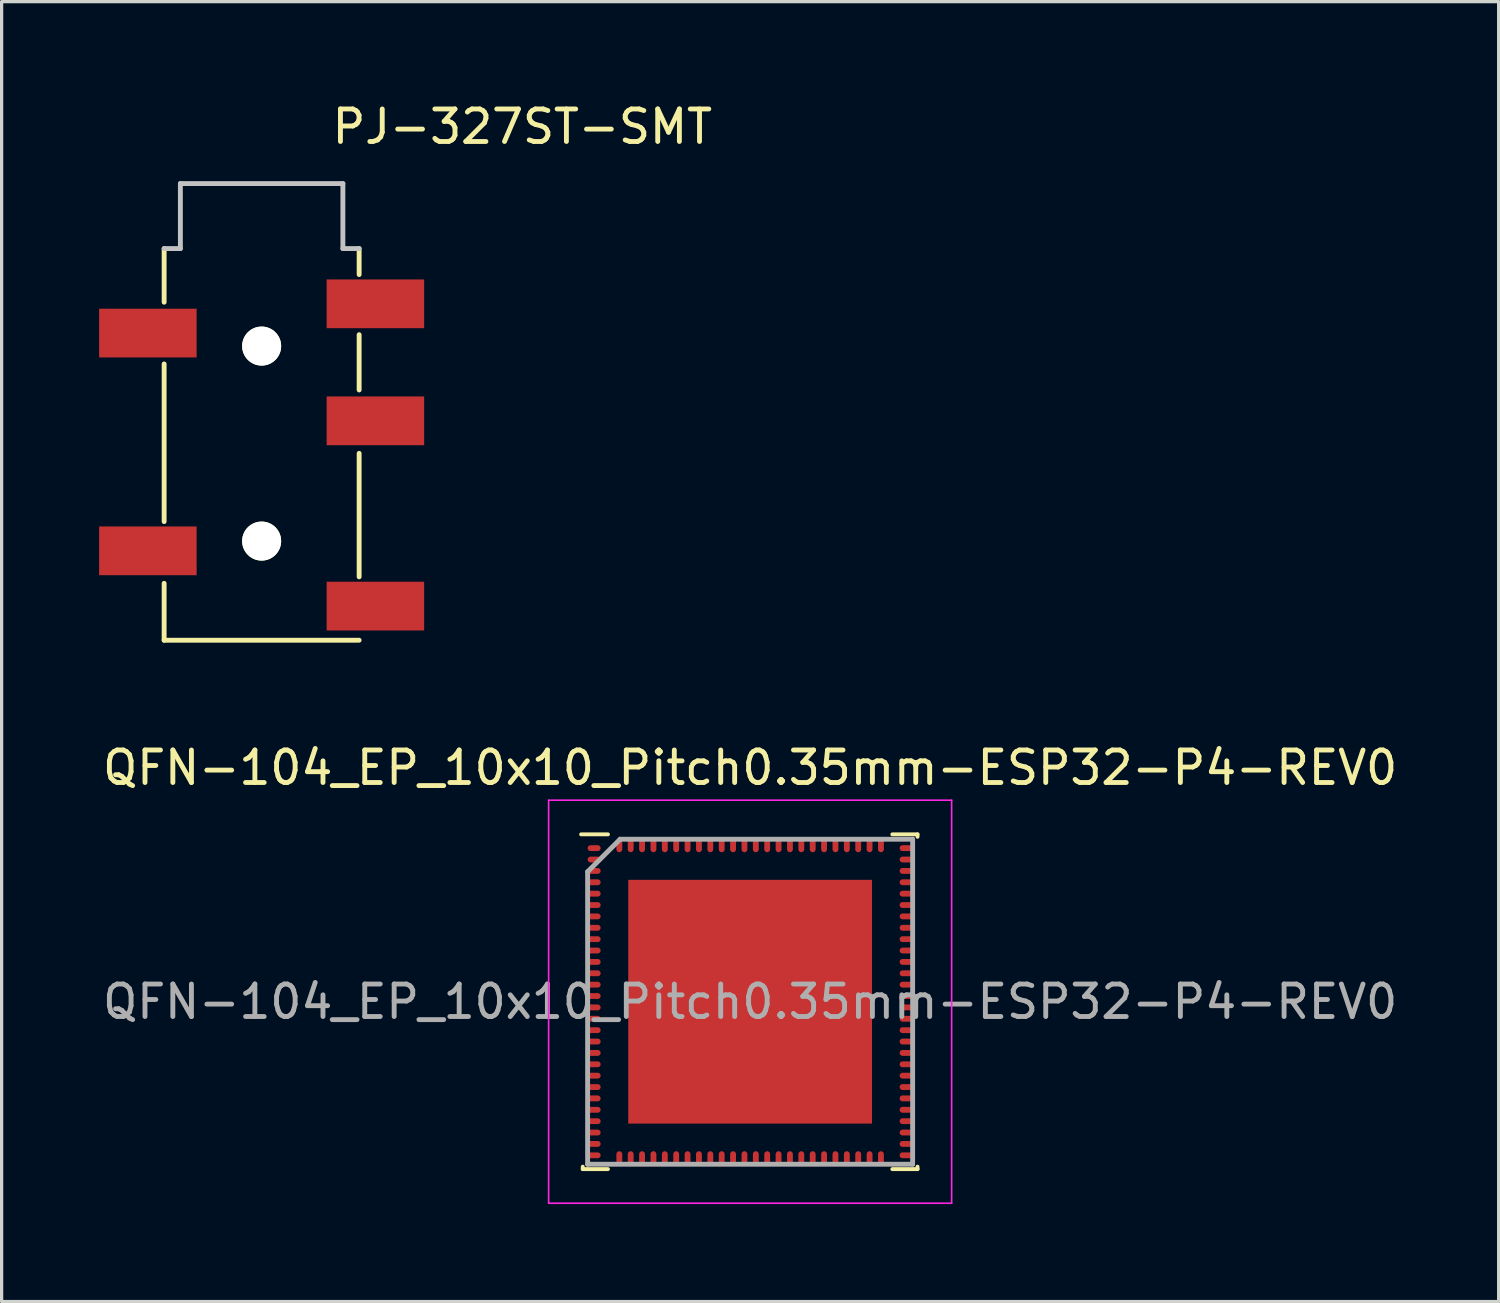
<source format=kicad_pcb>
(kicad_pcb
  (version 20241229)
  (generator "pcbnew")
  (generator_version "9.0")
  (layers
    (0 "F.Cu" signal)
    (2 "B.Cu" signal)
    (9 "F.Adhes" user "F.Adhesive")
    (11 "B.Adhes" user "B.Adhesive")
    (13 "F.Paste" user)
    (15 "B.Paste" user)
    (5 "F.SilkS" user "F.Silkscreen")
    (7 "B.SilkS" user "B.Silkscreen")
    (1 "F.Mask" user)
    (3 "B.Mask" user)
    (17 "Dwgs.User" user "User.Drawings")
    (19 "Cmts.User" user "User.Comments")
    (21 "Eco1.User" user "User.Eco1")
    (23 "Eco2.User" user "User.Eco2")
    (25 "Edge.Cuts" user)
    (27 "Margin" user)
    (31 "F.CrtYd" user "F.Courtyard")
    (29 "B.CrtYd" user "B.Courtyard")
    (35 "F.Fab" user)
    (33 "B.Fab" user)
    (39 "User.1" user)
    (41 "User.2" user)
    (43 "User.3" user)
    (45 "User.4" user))
  (footprint "PJ-327ST-SMT"
    (layer "F.Cu")
    (at 5 4.598)
    (property "Reference" "PJ-327ST-SMT" (at 8.02 -3.75 0) (layer "F.SilkS") (effects (font (size 1 1) (thickness 0.15))))
    (attr through_hole)
    (fp_line (start -3 0) (end -3 1.65) (stroke (width 0.15) (type solid)) (layer "F.SilkS"))
    (fp_line (start -3 3.55) (end -3 8.4) (stroke (width 0.15) (type solid)) (layer "F.SilkS"))
    (fp_line (start -3 10.3) (end -3 12.05) (stroke (width 0.15) (type solid)) (layer "F.SilkS"))
    (fp_line (start -3 12.05) (end 3 12.05) (stroke (width 0.15) (type solid)) (layer "F.SilkS"))
    (fp_line (start 3 0.8) (end 3 0) (stroke (width 0.15) (type solid)) (layer "F.SilkS"))
    (fp_line (start 3 2.65) (end 3 4.35) (stroke (width 0.15) (type solid)) (layer "F.SilkS"))
    (fp_line (start 3 6.3) (end 3 10.1) (stroke (width 0.15) (type solid)) (layer "F.SilkS"))
    (fp_line (start -2.5 -2) (end -2.5 0) (stroke (width 0.15) (type solid)) (layer "Dwgs.User"))
    (fp_line (start -2.5 0) (end -3 0) (stroke (width 0.15) (type solid)) (layer "Dwgs.User"))
    (fp_line (start 2.5 -2) (end -2.5 -2) (stroke (width 0.15) (type solid)) (layer "Dwgs.User"))
    (fp_line (start 2.5 0) (end 2.5 -2) (stroke (width 0.15) (type solid)) (layer "Dwgs.User"))
    (fp_line (start 3 0) (end 2.5 0) (stroke (width 0.15) (type solid)) (layer "Dwgs.User"))
    (pad "" np_thru_hole circle (at 0 3) (size 1.2 1.2) (drill 1.2) (layers "*.Cu" "*.Mask" "F.SilkS"))
    (pad "" np_thru_hole circle (at 0 9) (size 1.2 1.2) (drill 1.2) (layers "*.Cu" "*.Mask" "F.SilkS"))
    (pad "2" smd rect (at -3.5 9.3) (size 3 1.5) (layers "F.Cu" "F.Mask" "F.Paste"))
    (pad "3" smd rect (at -3.5 2.6) (size 3 1.5) (layers "F.Cu" "F.Mask" "F.Paste"))
    (pad "4" smd rect (at 3.5 1.7) (size 3 1.5) (layers "F.Cu" "F.Mask" "F.Paste"))
    (pad "5" smd rect (at 3.5 5.3) (size 3 1.5) (layers "F.Cu" "F.Mask" "F.Paste"))
    (pad "6" smd rect (at 3.5 11) (size 3 1.5) (layers "F.Cu" "F.Mask" "F.Paste")))
  (footprint "QFN-104_EP_10x10_Pitch0.35mm-ESP32-P4-REV0"
    (layer "F.Cu")
    (at 20.03 27.771)
    (property "Reference" "QFN-104_EP_10x10_Pitch0.35mm-ESP32-P4-REV0" (at 0 -7.2 0) (unlocked yes) (layer "F.SilkS") (effects (font (size 1 1) (thickness 0.15))))
    (attr smd)
    (fp_line (start -5.15 5.15) (end -5.15 5.075) (stroke (width 0.12) (type default)) (layer "F.SilkS"))
    (fp_line (start -4.375 -5.15) (end -5.2 -5.15) (stroke (width 0.12) (type default)) (layer "F.SilkS"))
    (fp_line (start -4.375 5.15) (end -5.15 5.15) (stroke (width 0.12) (type default)) (layer "F.SilkS"))
    (fp_line (start 4.375 -5.15) (end 5.15 -5.15) (stroke (width 0.12) (type default)) (layer "F.SilkS"))
    (fp_line (start 4.375 5.15) (end 5.15 5.15) (stroke (width 0.12) (type default)) (layer "F.SilkS"))
    (fp_line (start 5.15 -5.15) (end 5.15 -5.075) (stroke (width 0.12) (type default)) (layer "F.SilkS"))
    (fp_line (start 5.15 5.15) (end 5.15 5.075) (stroke (width 0.12) (type default)) (layer "F.SilkS"))
    (fp_line (start -6.2 -6.2) (end 6.2 -6.2) (stroke (width 0.05) (type default)) (layer "F.CrtYd"))
    (fp_line (start -6.2 6.2) (end -6.2 -6.2) (stroke (width 0.05) (type default)) (layer "F.CrtYd"))
    (fp_line (start 6.2 -6.2) (end 6.2 6.2) (stroke (width 0.05) (type default)) (layer "F.CrtYd"))
    (fp_line (start 6.2 6.2) (end -6.2 6.2) (stroke (width 0.05) (type default)) (layer "F.CrtYd"))
    (fp_line (start -5 -4) (end -5 5) (stroke (width 0.15) (type default)) (layer "F.Fab"))
    (fp_line (start -5 5) (end 5 5) (stroke (width 0.15) (type default)) (layer "F.Fab"))
    (fp_line (start -4 -5) (end -5 -4) (stroke (width 0.15) (type default)) (layer "F.Fab"))
    (fp_line (start 5 -5) (end -4 -5) (stroke (width 0.15) (type default)) (layer "F.Fab"))
    (fp_line (start 5 5) (end 5 -5) (stroke (width 0.15) (type default)) (layer "F.Fab"))
    (fp_text user "${REFERENCE}" (at 0 0 0) (layer "F.Fab") (effects (font (size 1 1) (thickness 0.15))))
    (pad "" smd rect (at -2.812 -2.812) (size 1.125 1.125) (layers "F.Paste"))
    (pad "" smd rect (at -2.812 -0.938) (size 1.125 1.125) (layers "F.Paste"))
    (pad "" smd rect (at -2.812 0.938) (size 1.125 1.125) (layers "F.Paste"))
    (pad "" smd rect (at -2.812 2.812) (size 1.125 1.125) (layers "F.Paste"))
    (pad "" smd rect (at -0.938 -2.812) (size 1.125 1.125) (layers "F.Paste"))
    (pad "" smd rect (at -0.938 -0.938) (size 1.125 1.125) (layers "F.Paste"))
    (pad "" smd rect (at -0.938 0.938) (size 1.125 1.125) (layers "F.Paste"))
    (pad "" smd rect (at -0.938 2.812) (size 1.125 1.125) (layers "F.Paste"))
    (pad "" smd rect (at 0.938 -2.812) (size 1.125 1.125) (layers "F.Paste"))
    (pad "" smd rect (at 0.938 -0.938) (size 1.125 1.125) (layers "F.Paste"))
    (pad "" smd rect (at 0.938 0.938) (size 1.125 1.125) (layers "F.Paste"))
    (pad "" smd rect (at 0.938 2.812) (size 1.125 1.125) (layers "F.Paste"))
    (pad "" smd rect (at 2.812 -2.812) (size 1.125 1.125) (layers "F.Paste"))
    (pad "" smd rect (at 2.812 -0.938) (size 1.125 1.125) (layers "F.Paste"))
    (pad "" smd rect (at 2.812 0.938) (size 1.125 1.125) (layers "F.Paste"))
    (pad "" smd rect (at 2.812 2.812) (size 1.125 1.125) (layers "F.Paste"))
    (pad "1" smd oval (at -4.8 -4.725 90) (size 0.18 0.4) (layers "F.Cu" "F.Mask" "F.Paste"))
    (pad "2" smd oval (at -4.8 -4.375 90) (size 0.18 0.4) (layers "F.Cu" "F.Mask" "F.Paste"))
    (pad "3" smd oval (at -4.8 -4.025 90) (size 0.18 0.4) (layers "F.Cu" "F.Mask" "F.Paste"))
    (pad "4" smd oval (at -4.8 -3.675 90) (size 0.18 0.4) (layers "F.Cu" "F.Mask" "F.Paste"))
    (pad "5" smd oval (at -4.8 -3.325 90) (size 0.18 0.4) (layers "F.Cu" "F.Mask" "F.Paste"))
    (pad "6" smd oval (at -4.8 -2.975 90) (size 0.18 0.4) (layers "F.Cu" "F.Mask" "F.Paste"))
    (pad "7" smd oval (at -4.8 -2.625 90) (size 0.18 0.4) (layers "F.Cu" "F.Mask" "F.Paste"))
    (pad "8" smd oval (at -4.8 -2.275 90) (size 0.18 0.4) (layers "F.Cu" "F.Mask" "F.Paste"))
    (pad "9" smd oval (at -4.8 -1.925 90) (size 0.18 0.4) (layers "F.Cu" "F.Mask" "F.Paste"))
    (pad "10" smd oval (at -4.8 -1.575 90) (size 0.18 0.4) (layers "F.Cu" "F.Mask" "F.Paste"))
    (pad "11" smd oval (at -4.8 -1.225 90) (size 0.18 0.4) (layers "F.Cu" "F.Mask" "F.Paste"))
    (pad "12" smd oval (at -4.8 -0.875 90) (size 0.18 0.4) (layers "F.Cu" "F.Mask" "F.Paste"))
    (pad "13" smd oval (at -4.8 -0.525 90) (size 0.18 0.4) (layers "F.Cu" "F.Mask" "F.Paste"))
    (pad "14" smd oval (at -4.8 -0.175 90) (size 0.18 0.4) (layers "F.Cu" "F.Mask" "F.Paste"))
    (pad "15" smd oval (at -4.8 0.175 90) (size 0.18 0.4) (layers "F.Cu" "F.Mask" "F.Paste"))
    (pad "16" smd oval (at -4.8 0.525 90) (size 0.18 0.4) (layers "F.Cu" "F.Mask" "F.Paste"))
    (pad "17" smd oval (at -4.8 0.875 90) (size 0.18 0.4) (layers "F.Cu" "F.Mask" "F.Paste"))
    (pad "18" smd oval (at -4.8 1.225 90) (size 0.18 0.4) (layers "F.Cu" "F.Mask" "F.Paste"))
    (pad "19" smd oval (at -4.8 1.575 90) (size 0.18 0.4) (layers "F.Cu" "F.Mask" "F.Paste"))
    (pad "20" smd oval (at -4.8 1.925 90) (size 0.18 0.4) (layers "F.Cu" "F.Mask" "F.Paste"))
    (pad "21" smd oval (at -4.8 2.275 90) (size 0.18 0.4) (layers "F.Cu" "F.Mask" "F.Paste"))
    (pad "22" smd oval (at -4.8 2.625 90) (size 0.18 0.4) (layers "F.Cu" "F.Mask" "F.Paste"))
    (pad "23" smd oval (at -4.8 2.975 90) (size 0.18 0.4) (layers "F.Cu" "F.Mask" "F.Paste"))
    (pad "24" smd oval (at -4.8 3.325 90) (size 0.18 0.4) (layers "F.Cu" "F.Mask" "F.Paste"))
    (pad "25" smd oval (at -4.8 3.675 90) (size 0.18 0.4) (layers "F.Cu" "F.Mask" "F.Paste"))
    (pad "26" smd oval (at -4.8 4.025 90) (size 0.18 0.4) (layers "F.Cu" "F.Mask" "F.Paste"))
    (pad "27" smd oval (at -4.8 4.375 90) (size 0.18 0.4) (layers "F.Cu" "F.Mask" "F.Paste"))
    (pad "28" smd oval (at -4.8 4.725 90) (size 0.18 0.4) (layers "F.Cu" "F.Mask" "F.Paste"))
    (pad "29" smd oval (at -4.025 4.8) (size 0.18 0.4) (layers "F.Cu" "F.Mask" "F.Paste"))
    (pad "30" smd oval (at -3.675 4.8) (size 0.18 0.4) (layers "F.Cu" "F.Mask" "F.Paste"))
    (pad "31" smd oval (at -3.325 4.8) (size 0.18 0.4) (layers "F.Cu" "F.Mask" "F.Paste"))
    (pad "32" smd oval (at -2.975 4.8) (size 0.18 0.4) (layers "F.Cu" "F.Mask" "F.Paste"))
    (pad "33" smd oval (at -2.625 4.8) (size 0.18 0.4) (layers "F.Cu" "F.Mask" "F.Paste"))
    (pad "34" smd oval (at -2.275 4.8) (size 0.18 0.4) (layers "F.Cu" "F.Mask" "F.Paste"))
    (pad "35" smd oval (at -1.925 4.8) (size 0.18 0.4) (layers "F.Cu" "F.Mask" "F.Paste"))
    (pad "36" smd oval (at -1.575 4.8) (size 0.18 0.4) (layers "F.Cu" "F.Mask" "F.Paste"))
    (pad "37" smd oval (at -1.225 4.8) (size 0.18 0.4) (layers "F.Cu" "F.Mask" "F.Paste"))
    (pad "38" smd oval (at -0.875 4.8) (size 0.18 0.4) (layers "F.Cu" "F.Mask" "F.Paste"))
    (pad "39" smd oval (at -0.525 4.8) (size 0.18 0.4) (layers "F.Cu" "F.Mask" "F.Paste"))
    (pad "40" smd oval (at -0.175 4.8) (size 0.18 0.4) (layers "F.Cu" "F.Mask" "F.Paste"))
    (pad "41" smd oval (at 0.175 4.8) (size 0.18 0.4) (layers "F.Cu" "F.Mask" "F.Paste"))
    (pad "42" smd oval (at 0.525 4.8) (size 0.18 0.4) (layers "F.Cu" "F.Mask" "F.Paste"))
    (pad "43" smd oval (at 0.875 4.8) (size 0.18 0.4) (layers "F.Cu" "F.Mask" "F.Paste"))
    (pad "44" smd oval (at 1.225 4.8) (size 0.18 0.4) (layers "F.Cu" "F.Mask" "F.Paste"))
    (pad "45" smd oval (at 1.575 4.8) (size 0.18 0.4) (layers "F.Cu" "F.Mask" "F.Paste"))
    (pad "46" smd oval (at 1.925 4.8) (size 0.18 0.4) (layers "F.Cu" "F.Mask" "F.Paste"))
    (pad "47" smd oval (at 2.275 4.8) (size 0.18 0.4) (layers "F.Cu" "F.Mask" "F.Paste"))
    (pad "48" smd oval (at 2.625 4.8) (size 0.18 0.4) (layers "F.Cu" "F.Mask" "F.Paste"))
    (pad "49" smd oval (at 2.975 4.8) (size 0.18 0.4) (layers "F.Cu" "F.Mask" "F.Paste"))
    (pad "50" smd oval (at 3.325 4.8) (size 0.18 0.4) (layers "F.Cu" "F.Mask" "F.Paste"))
    (pad "51" smd oval (at 3.675 4.8) (size 0.18 0.4) (layers "F.Cu" "F.Mask" "F.Paste"))
    (pad "52" smd oval (at 4.025 4.8) (size 0.18 0.4) (layers "F.Cu" "F.Mask" "F.Paste"))
    (pad "53" smd oval (at 4.8 4.725 90) (size 0.18 0.4) (layers "F.Cu" "F.Mask" "F.Paste"))
    (pad "54" smd oval (at 4.8 4.375 90) (size 0.18 0.4) (layers "F.Cu" "F.Mask" "F.Paste"))
    (pad "55" smd oval (at 4.8 4.025 90) (size 0.18 0.4) (layers "F.Cu" "F.Mask" "F.Paste"))
    (pad "56" smd oval (at 4.8 3.675 90) (size 0.18 0.4) (layers "F.Cu" "F.Mask" "F.Paste"))
    (pad "57" smd oval (at 4.8 3.325 90) (size 0.18 0.4) (layers "F.Cu" "F.Mask" "F.Paste"))
    (pad "58" smd oval (at 4.8 2.975 90) (size 0.18 0.4) (layers "F.Cu" "F.Mask" "F.Paste"))
    (pad "59" smd oval (at 4.8 2.625 90) (size 0.18 0.4) (layers "F.Cu" "F.Mask" "F.Paste"))
    (pad "60" smd oval (at 4.8 2.275 90) (size 0.18 0.4) (layers "F.Cu" "F.Mask" "F.Paste"))
    (pad "61" smd oval (at 4.8 1.925 90) (size 0.18 0.4) (layers "F.Cu" "F.Mask" "F.Paste"))
    (pad "62" smd oval (at 4.8 1.575 90) (size 0.18 0.4) (layers "F.Cu" "F.Mask" "F.Paste"))
    (pad "63" smd oval (at 4.8 1.225 90) (size 0.18 0.4) (layers "F.Cu" "F.Mask" "F.Paste"))
    (pad "64" smd oval (at 4.8 0.875 90) (size 0.18 0.4) (layers "F.Cu" "F.Mask" "F.Paste"))
    (pad "65" smd oval (at 4.8 0.525 90) (size 0.18 0.4) (layers "F.Cu" "F.Mask" "F.Paste"))
    (pad "66" smd oval (at 4.8 0.175 90) (size 0.18 0.4) (layers "F.Cu" "F.Mask" "F.Paste"))
    (pad "67" smd oval (at 4.8 -0.175 90) (size 0.18 0.4) (layers "F.Cu" "F.Mask" "F.Paste"))
    (pad "68" smd oval (at 4.8 -0.525 90) (size 0.18 0.4) (layers "F.Cu" "F.Mask" "F.Paste"))
    (pad "69" smd oval (at 4.8 -0.875 90) (size 0.18 0.4) (layers "F.Cu" "F.Mask" "F.Paste"))
    (pad "70" smd oval (at 4.8 -1.225 90) (size 0.18 0.4) (layers "F.Cu" "F.Mask" "F.Paste"))
    (pad "71" smd oval (at 4.8 -1.575 90) (size 0.18 0.4) (layers "F.Cu" "F.Mask" "F.Paste"))
    (pad "72" smd oval (at 4.8 -1.925 90) (size 0.18 0.4) (layers "F.Cu" "F.Mask" "F.Paste"))
    (pad "73" smd oval (at 4.8 -2.275 90) (size 0.18 0.4) (layers "F.Cu" "F.Mask" "F.Paste"))
    (pad "74" smd oval (at 4.8 -2.625 90) (size 0.18 0.4) (layers "F.Cu" "F.Mask" "F.Paste"))
    (pad "75" smd oval (at 4.8 -2.975 90) (size 0.18 0.4) (layers "F.Cu" "F.Mask" "F.Paste"))
    (pad "76" smd oval (at 4.8 -3.325 90) (size 0.18 0.4) (layers "F.Cu" "F.Mask" "F.Paste"))
    (pad "77" smd oval (at 4.8 -3.675 90) (size 0.18 0.4) (layers "F.Cu" "F.Mask" "F.Paste"))
    (pad "78" smd oval (at 4.8 -4.025 90) (size 0.18 0.4) (layers "F.Cu" "F.Mask" "F.Paste"))
    (pad "79" smd oval (at 4.8 -4.375 90) (size 0.18 0.4) (layers "F.Cu" "F.Mask" "F.Paste"))
    (pad "80" smd oval (at 4.8 -4.725 90) (size 0.18 0.4) (layers "F.Cu" "F.Mask" "F.Paste"))
    (pad "81" smd oval (at 4.025 -4.8) (size 0.18 0.4) (layers "F.Cu" "F.Mask" "F.Paste"))
    (pad "82" smd oval (at 3.675 -4.8) (size 0.18 0.4) (layers "F.Cu" "F.Mask" "F.Paste"))
    (pad "83" smd oval (at 3.325 -4.8) (size 0.18 0.4) (layers "F.Cu" "F.Mask" "F.Paste"))
    (pad "84" smd oval (at 2.975 -4.8) (size 0.18 0.4) (layers "F.Cu" "F.Mask" "F.Paste"))
    (pad "85" smd oval (at 2.625 -4.8) (size 0.18 0.4) (layers "F.Cu" "F.Mask" "F.Paste"))
    (pad "86" smd oval (at 2.275 -4.8) (size 0.18 0.4) (layers "F.Cu" "F.Mask" "F.Paste"))
    (pad "87" smd oval (at 1.925 -4.8) (size 0.18 0.4) (layers "F.Cu" "F.Mask" "F.Paste"))
    (pad "88" smd oval (at 1.575 -4.8) (size 0.18 0.4) (layers "F.Cu" "F.Mask" "F.Paste"))
    (pad "89" smd oval (at 1.225 -4.8) (size 0.18 0.4) (layers "F.Cu" "F.Mask" "F.Paste"))
    (pad "90" smd oval (at 0.875 -4.8) (size 0.18 0.4) (layers "F.Cu" "F.Mask" "F.Paste"))
    (pad "91" smd oval (at 0.525 -4.8) (size 0.18 0.4) (layers "F.Cu" "F.Mask" "F.Paste"))
    (pad "92" smd oval (at 0.175 -4.8) (size 0.18 0.4) (layers "F.Cu" "F.Mask" "F.Paste"))
    (pad "93" smd oval (at -0.175 -4.8) (size 0.18 0.4) (layers "F.Cu" "F.Mask" "F.Paste"))
    (pad "94" smd oval (at -0.525 -4.8) (size 0.18 0.4) (layers "F.Cu" "F.Mask" "F.Paste"))
    (pad "95" smd oval (at -0.875 -4.8) (size 0.18 0.4) (layers "F.Cu" "F.Mask" "F.Paste"))
    (pad "96" smd oval (at -1.225 -4.8) (size 0.18 0.4) (layers "F.Cu" "F.Mask" "F.Paste"))
    (pad "97" smd oval (at -1.575 -4.8) (size 0.18 0.4) (layers "F.Cu" "F.Mask" "F.Paste"))
    (pad "98" smd oval (at -1.925 -4.8) (size 0.18 0.4) (layers "F.Cu" "F.Mask" "F.Paste"))
    (pad "99" smd oval (at -2.275 -4.8) (size 0.18 0.4) (layers "F.Cu" "F.Mask" "F.Paste"))
    (pad "100" smd oval (at -2.625 -4.8) (size 0.18 0.4) (layers "F.Cu" "F.Mask" "F.Paste"))
    (pad "101" smd oval (at -2.975 -4.8) (size 0.18 0.4) (layers "F.Cu" "F.Mask" "F.Paste"))
    (pad "102" smd oval (at -3.325 -4.8) (size 0.18 0.4) (layers "F.Cu" "F.Mask" "F.Paste"))
    (pad "103" smd oval (at -3.675 -4.8) (size 0.18 0.4) (layers "F.Cu" "F.Mask" "F.Paste"))
    (pad "104" smd oval (at -4.025 -4.8) (size 0.18 0.4) (layers "F.Cu" "F.Mask" "F.Paste"))
    (pad "105" smd rect (at 0 0) (size 7.5 7.5) (layers "F.Cu" "F.Mask")))
  (gr_rect
    (start -3 -3)
    (end 43.06 36.996)
    (stroke (width 0.1) (type default))
    (fill no)
    (layer "Edge.Cuts")))
</source>
